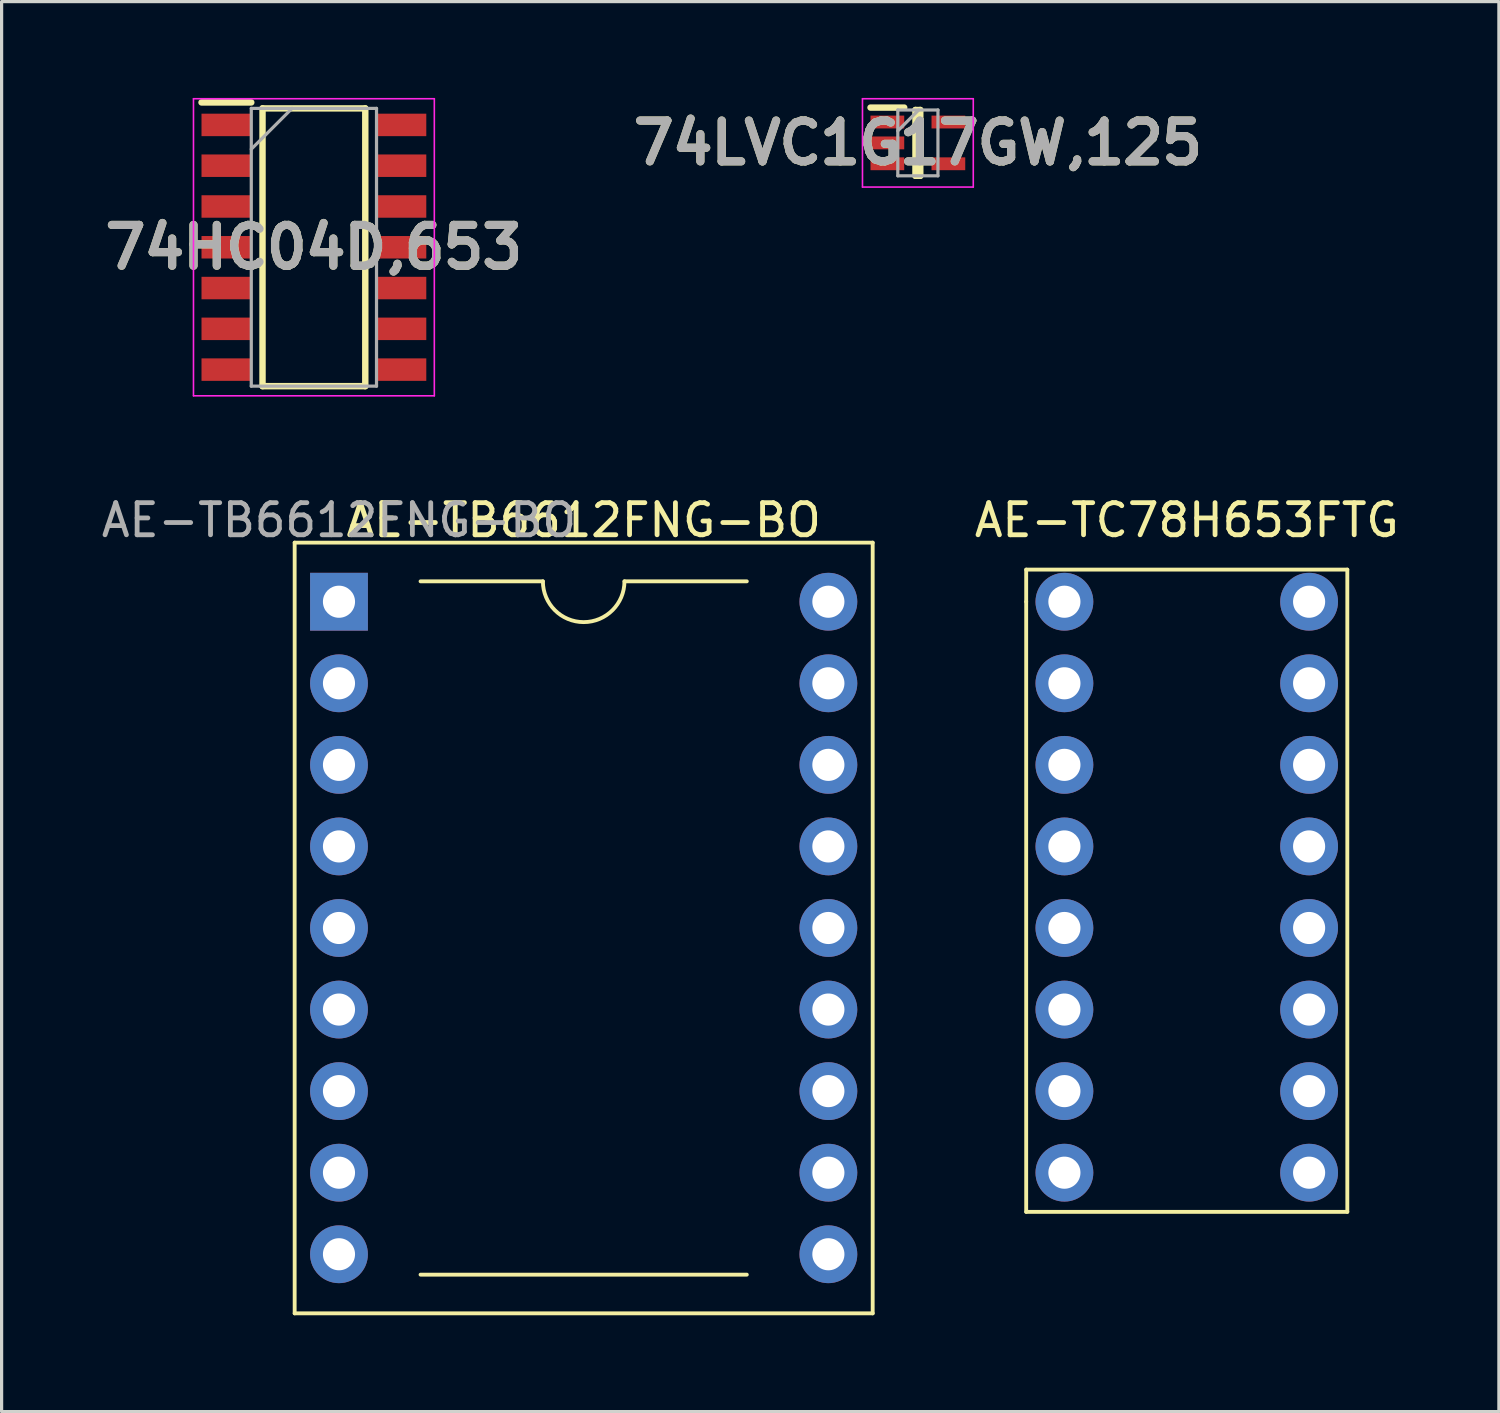
<source format=kicad_pcb>
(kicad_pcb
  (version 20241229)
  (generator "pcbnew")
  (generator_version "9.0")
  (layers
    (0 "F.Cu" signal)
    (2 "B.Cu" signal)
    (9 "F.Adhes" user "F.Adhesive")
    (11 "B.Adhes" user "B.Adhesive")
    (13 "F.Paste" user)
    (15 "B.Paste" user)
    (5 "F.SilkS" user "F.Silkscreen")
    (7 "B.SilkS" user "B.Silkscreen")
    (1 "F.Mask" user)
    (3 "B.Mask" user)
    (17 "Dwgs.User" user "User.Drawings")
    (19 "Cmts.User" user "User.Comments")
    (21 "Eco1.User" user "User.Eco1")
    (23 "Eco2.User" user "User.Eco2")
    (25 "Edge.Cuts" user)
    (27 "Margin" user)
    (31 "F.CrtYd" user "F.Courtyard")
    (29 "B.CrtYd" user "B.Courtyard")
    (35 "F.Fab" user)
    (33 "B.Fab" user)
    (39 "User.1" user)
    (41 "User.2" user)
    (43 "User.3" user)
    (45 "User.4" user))
  (footprint "AE-TB6612FNG-BO"
    (layer "F.Cu")
    (at 7.506 15.688)
    (property "Reference" "AE-TB6612FNG-BO" (at 7.62 -2.54 0) (unlocked yes) (layer "F.SilkS") (effects (font (size 1 1) (thickness 0.15))))
    (attr through_hole)
    (fp_line (start -1.38 -1.84) (end -1.38 22.16) (stroke (width 0.12) (type solid)) (layer "F.SilkS"))
    (fp_line (start -1.38 -1.84) (end 16.62 -1.84) (stroke (width 0.12) (type solid)) (layer "F.SilkS"))
    (fp_line (start -1.38 22.16) (end 16.62 22.16) (stroke (width 0.12) (type solid)) (layer "F.SilkS"))
    (fp_line (start 2.54 20.955) (end 12.7 20.955) (stroke (width 0.12) (type solid)) (layer "F.SilkS"))
    (fp_line (start 6.35 -0.635) (end 2.54 -0.635) (stroke (width 0.12) (type solid)) (layer "F.SilkS"))
    (fp_line (start 8.89 -0.635) (end 12.7 -0.635) (stroke (width 0.12) (type solid)) (layer "F.SilkS"))
    (fp_line (start 16.62 -1.84) (end 16.62 22.16) (stroke (width 0.12) (type solid)) (layer "F.SilkS"))
    (fp_arc (start 8.89 -0.635) (mid 7.62 0.635) (end 6.35 -0.635) (stroke (width 0.12) (type solid)) (layer "F.SilkS"))
    (fp_text user "${REFERENCE}" (at 0 -2.54 0) (unlocked yes) (layer "F.Fab") (effects (font (size 1 1) (thickness 0.15))))
    (pad "1" thru_hole rect (at 0 0) (size 1.8 1.8) (drill 1) (layers "*.Cu" "*.Mask"))
    (pad "2" thru_hole circle (at 0 2.54) (size 1.8 1.8) (drill 1) (layers "*.Cu" "*.Mask"))
    (pad "3" thru_hole circle (at 0 5.08) (size 1.8 1.8) (drill 1) (layers "*.Cu" "*.Mask"))
    (pad "4" thru_hole circle (at 0 7.62) (size 1.8 1.8) (drill 1) (layers "*.Cu" "*.Mask"))
    (pad "5" thru_hole circle (at 0 10.16) (size 1.8 1.8) (drill 1) (layers "*.Cu" "*.Mask"))
    (pad "6" thru_hole circle (at 0 12.7) (size 1.8 1.8) (drill 1) (layers "*.Cu" "*.Mask"))
    (pad "7" thru_hole circle (at 0 15.24) (size 1.8 1.8) (drill 1) (layers "*.Cu" "*.Mask"))
    (pad "8" thru_hole circle (at 0 17.78) (size 1.8 1.8) (drill 1) (layers "*.Cu" "*.Mask"))
    (pad "9" thru_hole circle (at 0 20.32) (size 1.8 1.8) (drill 1) (layers "*.Cu" "*.Mask"))
    (pad "10" thru_hole circle (at 15.24 20.32) (size 1.8 1.8) (drill 1) (layers "*.Cu" "*.Mask"))
    (pad "11" thru_hole circle (at 15.24 17.78) (size 1.8 1.8) (drill 1) (layers "*.Cu" "*.Mask"))
    (pad "12" thru_hole circle (at 15.24 15.24) (size 1.8 1.8) (drill 1) (layers "*.Cu" "*.Mask"))
    (pad "13" thru_hole circle (at 15.24 12.7) (size 1.8 1.8) (drill 1) (layers "*.Cu" "*.Mask"))
    (pad "14" thru_hole circle (at 15.24 10.16) (size 1.8 1.8) (drill 1) (layers "*.Cu" "*.Mask"))
    (pad "15" thru_hole circle (at 15.24 7.62) (size 1.8 1.8) (drill 1) (layers "*.Cu" "*.Mask"))
    (pad "16" thru_hole circle (at 15.24 5.08) (size 1.8 1.8) (drill 1) (layers "*.Cu" "*.Mask"))
    (pad "17" thru_hole circle (at 15.24 2.54) (size 1.8 1.8) (drill 1) (layers "*.Cu" "*.Mask"))
    (pad "18" thru_hole circle (at 15.24 0) (size 1.8 1.8) (drill 1) (layers "*.Cu" "*.Mask")))
  (footprint "74LVC1G17GW,125"
    (layer "F.Cu")
    (at 25.533 1.4)
    (property "Reference" "74LVC1G17GW,125" (at 0 0 0) (layer "F.SilkS") (effects (font (size 1.27 1.27) (thickness 0.254))))
    (attr smd)
    (fp_line (start -1.475 -1.1) (end -0.425 -1.1) (stroke (width 0.2) (type solid)) (layer "F.SilkS"))
    (fp_line (start -0.075 -1.025) (end 0.075 -1.025) (stroke (width 0.2) (type solid)) (layer "F.SilkS"))
    (fp_line (start -0.075 1.025) (end -0.075 -1.025) (stroke (width 0.2) (type solid)) (layer "F.SilkS"))
    (fp_line (start 0.075 -1.025) (end 0.075 1.025) (stroke (width 0.2) (type solid)) (layer "F.SilkS"))
    (fp_line (start 0.075 1.025) (end -0.075 1.025) (stroke (width 0.2) (type solid)) (layer "F.SilkS"))
    (fp_line (start -1.725 -1.375) (end 1.725 -1.375) (stroke (width 0.05) (type solid)) (layer "F.CrtYd"))
    (fp_line (start -1.725 1.375) (end -1.725 -1.375) (stroke (width 0.05) (type solid)) (layer "F.CrtYd"))
    (fp_line (start 1.725 -1.375) (end 1.725 1.375) (stroke (width 0.05) (type solid)) (layer "F.CrtYd"))
    (fp_line (start 1.725 1.375) (end -1.725 1.375) (stroke (width 0.05) (type solid)) (layer "F.CrtYd"))
    (fp_line (start -0.625 -1.025) (end 0.625 -1.025) (stroke (width 0.1) (type solid)) (layer "F.Fab"))
    (fp_line (start -0.625 -0.375) (end 0.025 -1.025) (stroke (width 0.1) (type solid)) (layer "F.Fab"))
    (fp_line (start -0.625 1.025) (end -0.625 -1.025) (stroke (width 0.1) (type solid)) (layer "F.Fab"))
    (fp_line (start 0.625 -1.025) (end 0.625 1.025) (stroke (width 0.1) (type solid)) (layer "F.Fab"))
    (fp_line (start 0.625 1.025) (end -0.625 1.025) (stroke (width 0.1) (type solid)) (layer "F.Fab"))
    (fp_text user "${REFERENCE}" (at 0 0 0) (layer "F.Fab") (effects (font (size 1.27 1.27) (thickness 0.254))))
    (pad "1" smd rect (at -0.95 -0.65 90) (size 0.4 1.05) (layers "F.Cu" "F.Mask" "F.Paste"))
    (pad "2" smd rect (at -0.95 0 90) (size 0.4 1.05) (layers "F.Cu" "F.Mask" "F.Paste"))
    (pad "3" smd rect (at -0.95 0.65 90) (size 0.4 1.05) (layers "F.Cu" "F.Mask" "F.Paste"))
    (pad "4" smd rect (at 0.95 0.65 90) (size 0.4 1.05) (layers "F.Cu" "F.Mask" "F.Paste"))
    (pad "5" smd rect (at 0.95 -0.65 90) (size 0.4 1.05) (layers "F.Cu" "F.Mask" "F.Paste")))
  (footprint "74HC04D,653"
    (layer "F.Cu")
    (at 6.725 4.65)
    (property "Reference" "74HC04D,653" (at 0 0 0) (layer "F.SilkS") (effects (font (size 1.27 1.27) (thickness 0.254))))
    (attr smd)
    (fp_line (start -3.5 -4.51) (end -1.95 -4.51) (stroke (width 0.2) (type solid)) (layer "F.SilkS"))
    (fp_line (start -1.6 -4.325) (end 1.6 -4.325) (stroke (width 0.2) (type solid)) (layer "F.SilkS"))
    (fp_line (start -1.6 4.325) (end -1.6 -4.325) (stroke (width 0.2) (type solid)) (layer "F.SilkS"))
    (fp_line (start 1.6 -4.325) (end 1.6 4.325) (stroke (width 0.2) (type solid)) (layer "F.SilkS"))
    (fp_line (start 1.6 4.325) (end -1.6 4.325) (stroke (width 0.2) (type solid)) (layer "F.SilkS"))
    (fp_line (start -3.75 -4.625) (end 3.75 -4.625) (stroke (width 0.05) (type solid)) (layer "F.CrtYd"))
    (fp_line (start -3.75 4.625) (end -3.75 -4.625) (stroke (width 0.05) (type solid)) (layer "F.CrtYd"))
    (fp_line (start 3.75 -4.625) (end 3.75 4.625) (stroke (width 0.05) (type solid)) (layer "F.CrtYd"))
    (fp_line (start 3.75 4.625) (end -3.75 4.625) (stroke (width 0.05) (type solid)) (layer "F.CrtYd"))
    (fp_line (start -1.95 -4.325) (end 1.95 -4.325) (stroke (width 0.1) (type solid)) (layer "F.Fab"))
    (fp_line (start -1.95 -3.055) (end -0.68 -4.325) (stroke (width 0.1) (type solid)) (layer "F.Fab"))
    (fp_line (start -1.95 4.325) (end -1.95 -4.325) (stroke (width 0.1) (type solid)) (layer "F.Fab"))
    (fp_line (start 1.95 -4.325) (end 1.95 4.325) (stroke (width 0.1) (type solid)) (layer "F.Fab"))
    (fp_line (start 1.95 4.325) (end -1.95 4.325) (stroke (width 0.1) (type solid)) (layer "F.Fab"))
    (fp_text user "${REFERENCE}" (at 0 0 0) (layer "F.Fab") (effects (font (size 1.27 1.27) (thickness 0.254))))
    (pad "1" smd rect (at -2.725 -3.81 90) (size 0.7 1.55) (layers "F.Cu" "F.Mask" "F.Paste"))
    (pad "2" smd rect (at -2.725 -2.54 90) (size 0.7 1.55) (layers "F.Cu" "F.Mask" "F.Paste"))
    (pad "3" smd rect (at -2.725 -1.27 90) (size 0.7 1.55) (layers "F.Cu" "F.Mask" "F.Paste"))
    (pad "4" smd rect (at -2.725 0 90) (size 0.7 1.55) (layers "F.Cu" "F.Mask" "F.Paste"))
    (pad "5" smd rect (at -2.725 1.27 90) (size 0.7 1.55) (layers "F.Cu" "F.Mask" "F.Paste"))
    (pad "6" smd rect (at -2.725 2.54 90) (size 0.7 1.55) (layers "F.Cu" "F.Mask" "F.Paste"))
    (pad "7" smd rect (at -2.725 3.81 90) (size 0.7 1.55) (layers "F.Cu" "F.Mask" "F.Paste"))
    (pad "8" smd rect (at 2.725 3.81 90) (size 0.7 1.55) (layers "F.Cu" "F.Mask" "F.Paste"))
    (pad "9" smd rect (at 2.725 2.54 90) (size 0.7 1.55) (layers "F.Cu" "F.Mask" "F.Paste"))
    (pad "10" smd rect (at 2.725 1.27 90) (size 0.7 1.55) (layers "F.Cu" "F.Mask" "F.Paste"))
    (pad "11" smd rect (at 2.725 0 90) (size 0.7 1.55) (layers "F.Cu" "F.Mask" "F.Paste"))
    (pad "12" smd rect (at 2.725 -1.27 90) (size 0.7 1.55) (layers "F.Cu" "F.Mask" "F.Paste"))
    (pad "13" smd rect (at 2.725 -2.54 90) (size 0.7 1.55) (layers "F.Cu" "F.Mask" "F.Paste"))
    (pad "14" smd rect (at 2.725 -3.81 90) (size 0.7 1.55) (layers "F.Cu" "F.Mask" "F.Paste")))
  (footprint "AE-TC78H653FTG"
    (layer "F.Cu")
    (at 30.096 15.688)
    (property "Reference" "AE-TC78H653FTG" (at 3.81 -2.54 0) (layer "F.SilkS") (effects (font (size 1 1) (thickness 0.15))))
    (attr through_hole)
    (fp_line (start -1.19 -1) (end 8.81 -1) (stroke (width 0.12) (type solid)) (layer "F.SilkS"))
    (fp_line (start -1.19 0) (end -1.19 -1) (stroke (width 0.12) (type solid)) (layer "F.SilkS"))
    (fp_line (start -1.19 0) (end -1.19 19) (stroke (width 0.12) (type solid)) (layer "F.SilkS"))
    (fp_line (start 8.81 -1) (end 8.81 19) (stroke (width 0.12) (type solid)) (layer "F.SilkS"))
    (fp_line (start 8.81 19) (end -1.19 19) (stroke (width 0.12) (type solid)) (layer "F.SilkS"))
    (pad "CN1-1" thru_hole circle (at 0 0) (size 1.8 1.8) (drill 1) (layers "*.Cu" "*.Mask"))
    (pad "CN1-2" thru_hole circle (at 0 2.54) (size 1.8 1.8) (drill 1) (layers "*.Cu" "*.Mask"))
    (pad "CN1-3" thru_hole circle (at 0 5.08) (size 1.8 1.8) (drill 1) (layers "*.Cu" "*.Mask"))
    (pad "CN1-4" thru_hole circle (at 0 7.62) (size 1.8 1.8) (drill 1) (layers "*.Cu" "*.Mask"))
    (pad "CN1-5" thru_hole circle (at 0 10.16) (size 1.8 1.8) (drill 1) (layers "*.Cu" "*.Mask"))
    (pad "CN1-6" thru_hole circle (at 0 12.7) (size 1.8 1.8) (drill 1) (layers "*.Cu" "*.Mask"))
    (pad "CN1-7" thru_hole circle (at 0 15.24) (size 1.8 1.8) (drill 1) (layers "*.Cu" "*.Mask"))
    (pad "CN1-8" thru_hole circle (at 0 17.78) (size 1.8 1.8) (drill 1) (layers "*.Cu" "*.Mask"))
    (pad "CN2-1" thru_hole circle (at 7.62 0) (size 1.8 1.8) (drill 1) (layers "*.Cu" "*.Mask"))
    (pad "CN2-2" thru_hole circle (at 7.62 2.54) (size 1.8 1.8) (drill 1) (layers "*.Cu" "*.Mask"))
    (pad "CN2-3" thru_hole circle (at 7.62 5.08) (size 1.8 1.8) (drill 1) (layers "*.Cu" "*.Mask"))
    (pad "CN2-4" thru_hole circle (at 7.62 7.62) (size 1.8 1.8) (drill 1) (layers "*.Cu" "*.Mask"))
    (pad "CN2-5" thru_hole circle (at 7.62 10.16) (size 1.8 1.8) (drill 1) (layers "*.Cu" "*.Mask"))
    (pad "CN2-6" thru_hole circle (at 7.62 12.7) (size 1.8 1.8) (drill 1) (layers "*.Cu" "*.Mask"))
    (pad "CN2-7" thru_hole circle (at 7.62 15.24) (size 1.8 1.8) (drill 1) (layers "*.Cu" "*.Mask"))
    (pad "CN2-8" thru_hole circle (at 7.62 17.78) (size 1.8 1.8) (drill 1) (layers "*.Cu" "*.Mask")))
  (gr_rect
    (start -3 -3)
    (end 43.626 40.908)
    (stroke (width 0.1) (type default))
    (fill no)
    (layer "Edge.Cuts")))
</source>
